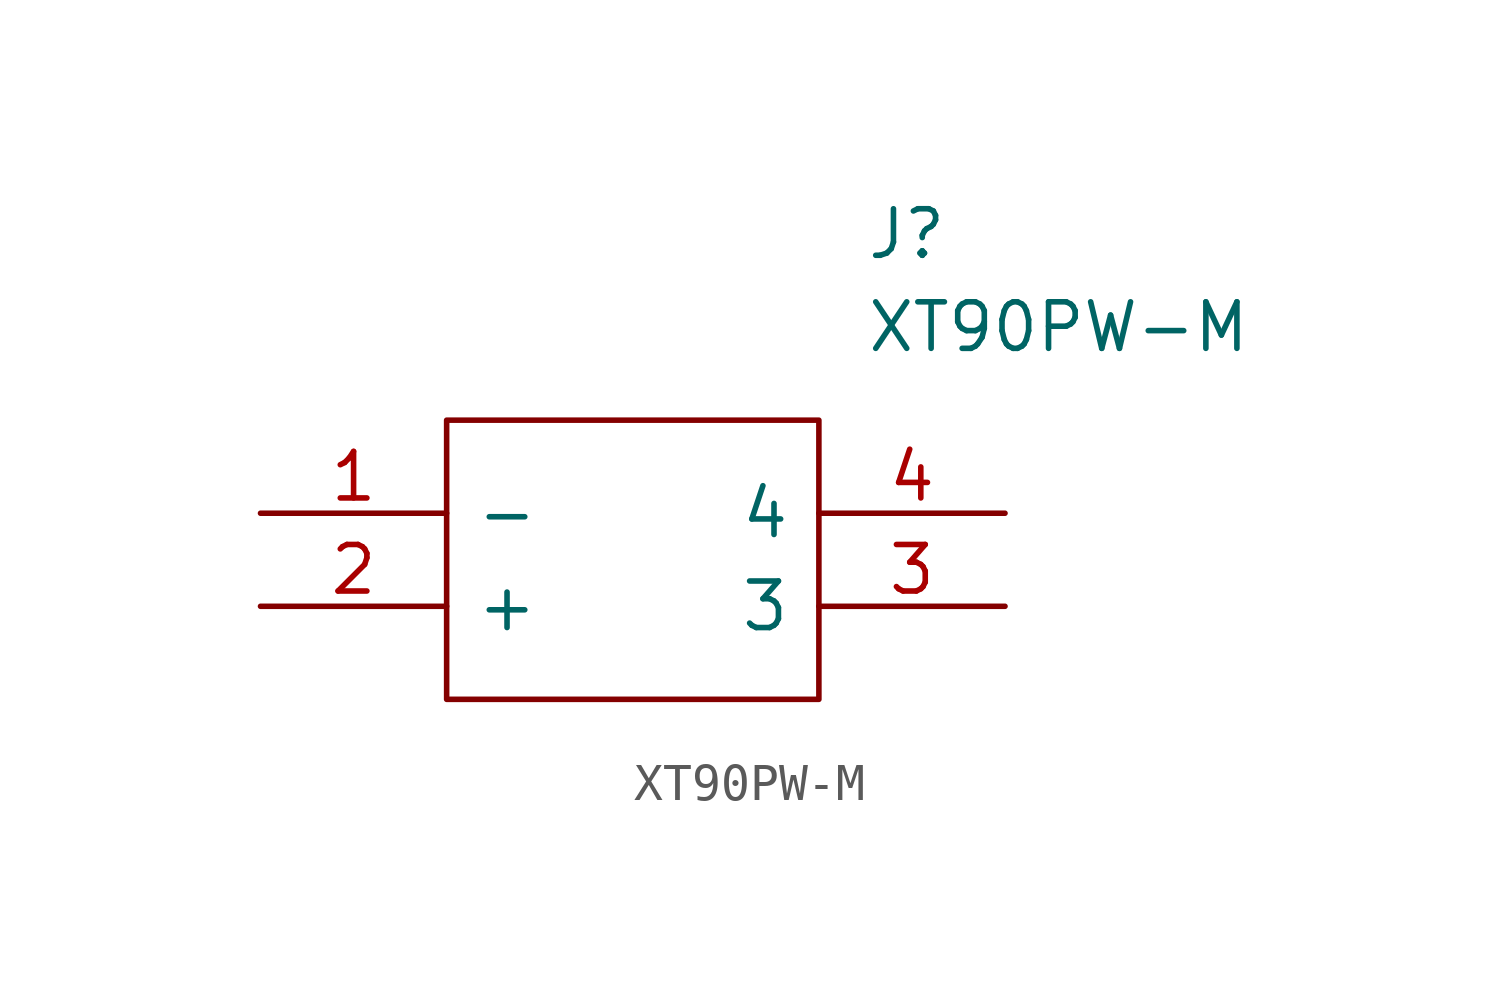
<source format=kicad_sym>
(kicad_symbol_lib
  (version 20211014)
  (generator kicad_symbol_editor)
  (symbol "XT90PW-M"
    (pin_names
      (offset 0.762))
    (property "Reference" "J"
      (at 16.51 7.62 0)
      (effects (font (size 1.27 1.27)) (justify left)))
    (property "Value" "XT90PW-M"
      (at 16.51 5.08 0)
      (effects (font (size 1.27 1.27)) (justify left)))
    (symbol "XT90PW-M_0_0"
      (pin passive line (at 0 0 0) (length 5.08) (name "-" (effects (font (size 1.27 1.27)))) (number "1" (effects (font (size 1.27 1.27)))))
      (pin passive line (at 0 -2.54 0) (length 5.08) (name "+" (effects (font (size 1.27 1.27)))) (number "2" (effects (font (size 1.27 1.27)))))
      (pin passive line (at 20.32 -2.54 180) (length 5.08) (name "3" (effects (font (size 1.27 1.27)))) (number "3" (effects (font (size 1.27 1.27)))))
      (pin passive line (at 20.32 0 180) (length 5.08) (name "4" (effects (font (size 1.27 1.27)))) (number "4" (effects (font (size 1.27 1.27))))))
    (symbol "XT90PW-M_0_1"
      (polyline (pts (xy 5.08 2.54) (xy 15.24 2.54) (xy 15.24 -5.08) (xy 5.08 -5.08) (xy 5.08 2.54)) (stroke (width 0.152) (type default) (color 0 0 0 0)) (fill (type none))))))
</source>
